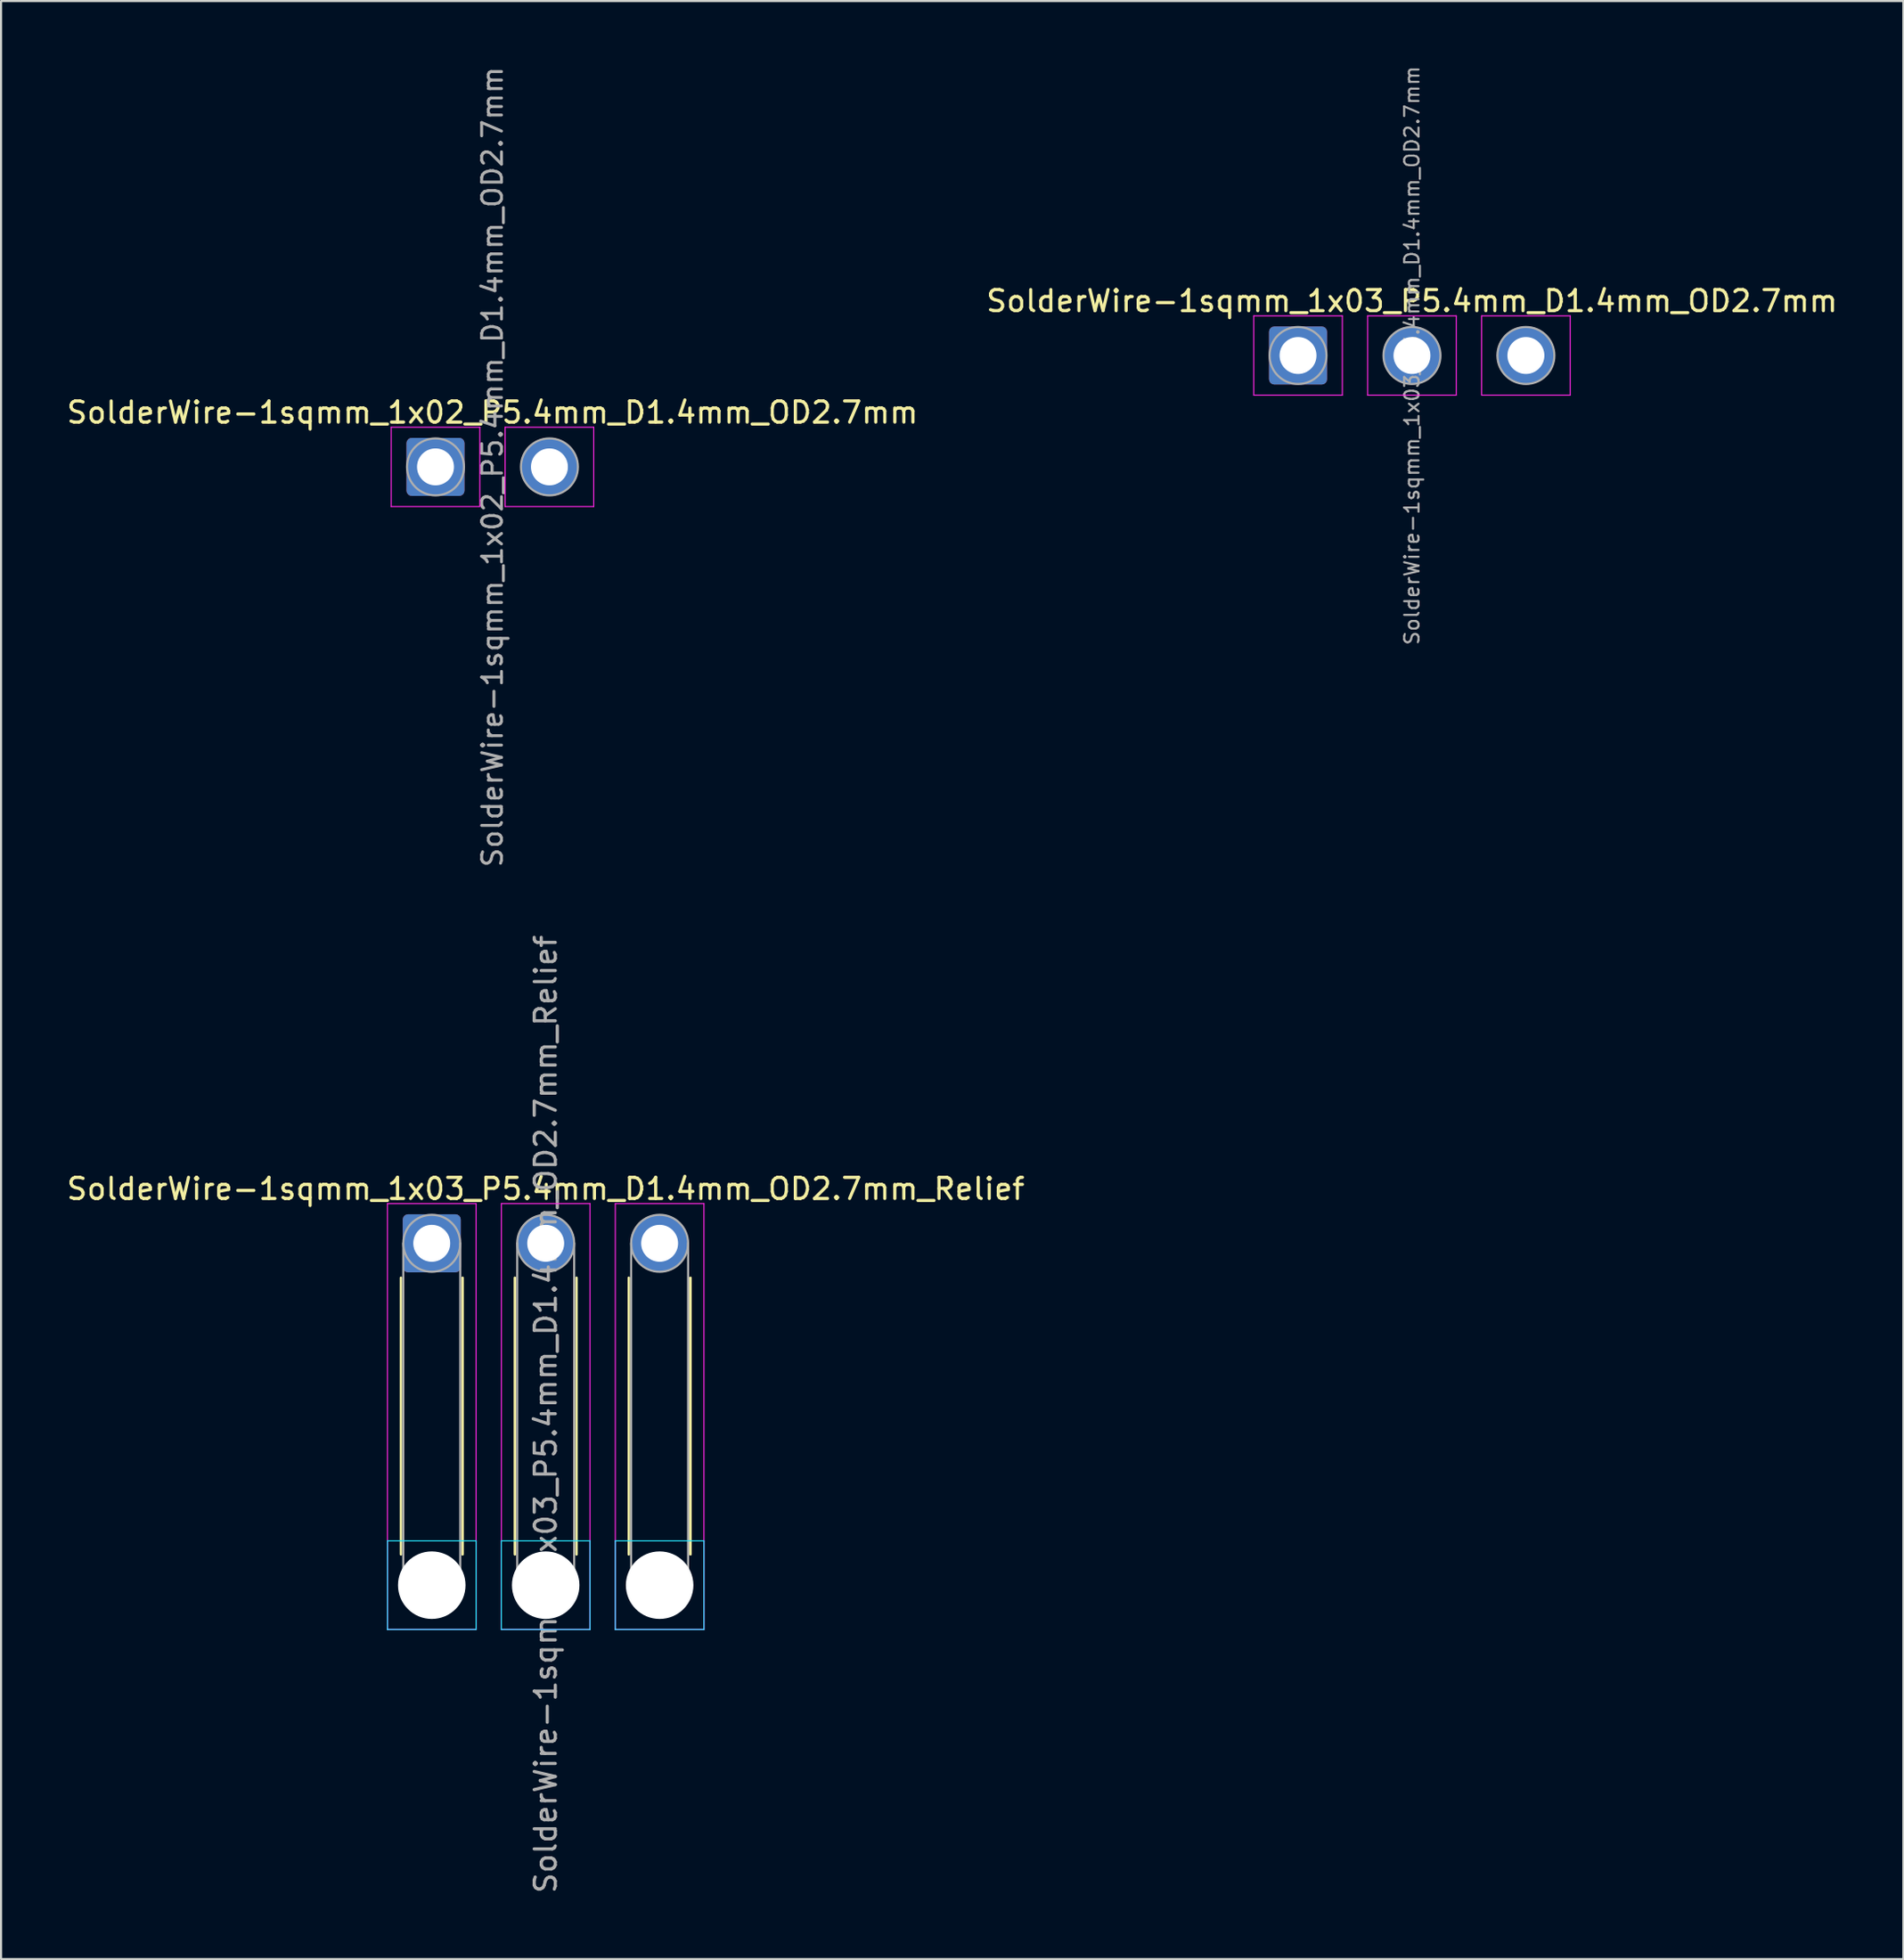
<source format=kicad_pcb>
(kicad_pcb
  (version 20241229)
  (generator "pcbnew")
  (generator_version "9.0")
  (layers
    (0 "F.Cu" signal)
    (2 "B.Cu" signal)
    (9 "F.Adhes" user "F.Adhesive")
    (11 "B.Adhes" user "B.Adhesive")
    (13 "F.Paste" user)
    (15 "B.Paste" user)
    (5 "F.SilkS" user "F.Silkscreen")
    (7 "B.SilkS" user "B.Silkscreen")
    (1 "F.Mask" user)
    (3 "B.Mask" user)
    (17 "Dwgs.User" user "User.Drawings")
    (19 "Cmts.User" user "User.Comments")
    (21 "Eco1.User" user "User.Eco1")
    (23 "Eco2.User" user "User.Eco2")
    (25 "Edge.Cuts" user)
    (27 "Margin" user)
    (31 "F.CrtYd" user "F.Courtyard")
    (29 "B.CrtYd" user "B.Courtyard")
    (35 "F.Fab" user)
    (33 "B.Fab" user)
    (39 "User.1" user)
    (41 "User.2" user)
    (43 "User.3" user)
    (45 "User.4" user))
  (footprint "SolderWire-1sqmm_1x03_P5.4mm_D1.4mm_OD2.7mm_Relief"
    (layer "F.Cu")
    (at 17.415 55.861)
    (property "Reference" "SolderWire-1sqmm_1x03_P5.4mm_D1.4mm_OD2.7mm_Relief" (at 5.4 -2.58 0) (layer "F.SilkS") (effects (font (size 1 1) (thickness 0.15))))
    (attr exclude_from_pos_files exclude_from_bom)
    (fp_line (start -1.46 1.635) (end -1.46 14.74) (stroke (width 0.12) (type solid)) (layer "F.SilkS"))
    (fp_line (start 1.46 1.635) (end 1.46 14.74) (stroke (width 0.12) (type solid)) (layer "F.SilkS"))
    (fp_line (start 3.94 1.635) (end 3.94 14.74) (stroke (width 0.12) (type solid)) (layer "F.SilkS"))
    (fp_line (start 6.86 1.635) (end 6.86 14.74) (stroke (width 0.12) (type solid)) (layer "F.SilkS"))
    (fp_line (start 9.34 1.635) (end 9.34 14.74) (stroke (width 0.12) (type solid)) (layer "F.SilkS"))
    (fp_line (start 12.26 1.635) (end 12.26 14.74) (stroke (width 0.12) (type solid)) (layer "F.SilkS"))
    (fp_line (start -2.1 14.1) (end -2.1 18.3) (stroke (width 0.05) (type solid)) (layer "B.CrtYd"))
    (fp_line (start -2.1 18.3) (end 2.1 18.3) (stroke (width 0.05) (type solid)) (layer "B.CrtYd"))
    (fp_line (start 2.1 14.1) (end -2.1 14.1) (stroke (width 0.05) (type solid)) (layer "B.CrtYd"))
    (fp_line (start 2.1 18.3) (end 2.1 14.1) (stroke (width 0.05) (type solid)) (layer "B.CrtYd"))
    (fp_line (start 3.3 14.1) (end 3.3 18.3) (stroke (width 0.05) (type solid)) (layer "B.CrtYd"))
    (fp_line (start 3.3 18.3) (end 7.5 18.3) (stroke (width 0.05) (type solid)) (layer "B.CrtYd"))
    (fp_line (start 7.5 14.1) (end 3.3 14.1) (stroke (width 0.05) (type solid)) (layer "B.CrtYd"))
    (fp_line (start 7.5 18.3) (end 7.5 14.1) (stroke (width 0.05) (type solid)) (layer "B.CrtYd"))
    (fp_line (start 8.7 14.1) (end 8.7 18.3) (stroke (width 0.05) (type solid)) (layer "B.CrtYd"))
    (fp_line (start 8.7 18.3) (end 12.9 18.3) (stroke (width 0.05) (type solid)) (layer "B.CrtYd"))
    (fp_line (start 12.9 14.1) (end 8.7 14.1) (stroke (width 0.05) (type solid)) (layer "B.CrtYd"))
    (fp_line (start 12.9 18.3) (end 12.9 14.1) (stroke (width 0.05) (type solid)) (layer "B.CrtYd"))
    (fp_line (start -2.1 -1.88) (end -2.1 18.3) (stroke (width 0.05) (type solid)) (layer "F.CrtYd"))
    (fp_line (start -2.1 18.3) (end 2.1 18.3) (stroke (width 0.05) (type solid)) (layer "F.CrtYd"))
    (fp_line (start 2.1 -1.88) (end -2.1 -1.88) (stroke (width 0.05) (type solid)) (layer "F.CrtYd"))
    (fp_line (start 2.1 18.3) (end 2.1 -1.88) (stroke (width 0.05) (type solid)) (layer "F.CrtYd"))
    (fp_line (start 3.3 -1.88) (end 3.3 18.3) (stroke (width 0.05) (type solid)) (layer "F.CrtYd"))
    (fp_line (start 3.3 18.3) (end 7.5 18.3) (stroke (width 0.05) (type solid)) (layer "F.CrtYd"))
    (fp_line (start 7.5 -1.88) (end 3.3 -1.88) (stroke (width 0.05) (type solid)) (layer "F.CrtYd"))
    (fp_line (start 7.5 18.3) (end 7.5 -1.88) (stroke (width 0.05) (type solid)) (layer "F.CrtYd"))
    (fp_line (start 8.7 -1.88) (end 8.7 18.3) (stroke (width 0.05) (type solid)) (layer "F.CrtYd"))
    (fp_line (start 8.7 18.3) (end 12.9 18.3) (stroke (width 0.05) (type solid)) (layer "F.CrtYd"))
    (fp_line (start 12.9 -1.88) (end 8.7 -1.88) (stroke (width 0.05) (type solid)) (layer "F.CrtYd"))
    (fp_line (start 12.9 18.3) (end 12.9 -1.88) (stroke (width 0.05) (type solid)) (layer "F.CrtYd"))
    (fp_line (start -1.35 0) (end -1.35 16.2) (stroke (width 0.1) (type solid)) (layer "F.Fab"))
    (fp_line (start 1.35 0) (end 1.35 16.2) (stroke (width 0.1) (type solid)) (layer "F.Fab"))
    (fp_line (start 4.05 0) (end 4.05 16.2) (stroke (width 0.1) (type solid)) (layer "F.Fab"))
    (fp_line (start 6.75 0) (end 6.75 16.2) (stroke (width 0.1) (type solid)) (layer "F.Fab"))
    (fp_line (start 9.45 0) (end 9.45 16.2) (stroke (width 0.1) (type solid)) (layer "F.Fab"))
    (fp_line (start 12.15 0) (end 12.15 16.2) (stroke (width 0.1) (type solid)) (layer "F.Fab"))
    (fp_circle (center 0 0) (end 1.35 0) (stroke (width 0.1) (type solid)) (fill no) (layer "F.Fab"))
    (fp_circle (center 0 16.2) (end 1.35 16.2) (stroke (width 0.1) (type solid)) (fill no) (layer "F.Fab"))
    (fp_circle (center 5.4 0) (end 6.75 0) (stroke (width 0.1) (type solid)) (fill no) (layer "F.Fab"))
    (fp_circle (center 5.4 16.2) (end 6.75 16.2) (stroke (width 0.1) (type solid)) (fill no) (layer "F.Fab"))
    (fp_circle (center 10.8 0) (end 12.15 0) (stroke (width 0.1) (type solid)) (fill no) (layer "F.Fab"))
    (fp_circle (center 10.8 16.2) (end 12.15 16.2) (stroke (width 0.1) (type solid)) (fill no) (layer "F.Fab"))
    (fp_text user "${REFERENCE}" (at 5.4 8.1 90) (layer "F.Fab") (effects (font (size 1 1) (thickness 0.15))))
    (pad "" np_thru_hole circle (at 0 16.2) (size 3.2 3.2) (drill 3.2) (layers "*.Cu" "*.Mask"))
    (pad "" np_thru_hole circle (at 5.4 16.2) (size 3.2 3.2) (drill 3.2) (layers "*.Cu" "*.Mask"))
    (pad "" np_thru_hole circle (at 10.8 16.2) (size 3.2 3.2) (drill 3.2) (layers "*.Cu" "*.Mask"))
    (pad "1" thru_hole roundrect (at 0 0) (size 2.75 2.75) (drill 1.75) (layers "*.Cu" "*.Mask") (roundrect_rratio 0.091))
    (pad "2" thru_hole circle (at 5.4 0) (size 2.75 2.75) (drill 1.75) (layers "*.Cu" "*.Mask"))
    (pad "3" thru_hole circle (at 10.8 0) (size 2.75 2.75) (drill 1.75) (layers "*.Cu" "*.Mask")))
  (footprint "SolderWire-1sqmm_1x03_P5.4mm_D1.4mm_OD2.7mm"
    (layer "F.Cu")
    (at 58.475 13.795)
    (property "Reference" "SolderWire-1sqmm_1x03_P5.4mm_D1.4mm_OD2.7mm" (at 5.4 -2.58 0) (layer "F.SilkS") (effects (font (size 1 1) (thickness 0.15))))
    (attr exclude_from_pos_files exclude_from_bom)
    (fp_line (start -2.1 -1.88) (end -2.1 1.88) (stroke (width 0.05) (type solid)) (layer "F.CrtYd"))
    (fp_line (start -2.1 1.88) (end 2.1 1.88) (stroke (width 0.05) (type solid)) (layer "F.CrtYd"))
    (fp_line (start 2.1 -1.88) (end -2.1 -1.88) (stroke (width 0.05) (type solid)) (layer "F.CrtYd"))
    (fp_line (start 2.1 1.88) (end 2.1 -1.88) (stroke (width 0.05) (type solid)) (layer "F.CrtYd"))
    (fp_line (start 3.3 -1.88) (end 3.3 1.88) (stroke (width 0.05) (type solid)) (layer "F.CrtYd"))
    (fp_line (start 3.3 1.88) (end 7.5 1.88) (stroke (width 0.05) (type solid)) (layer "F.CrtYd"))
    (fp_line (start 7.5 -1.88) (end 3.3 -1.88) (stroke (width 0.05) (type solid)) (layer "F.CrtYd"))
    (fp_line (start 7.5 1.88) (end 7.5 -1.88) (stroke (width 0.05) (type solid)) (layer "F.CrtYd"))
    (fp_line (start 8.7 -1.88) (end 8.7 1.88) (stroke (width 0.05) (type solid)) (layer "F.CrtYd"))
    (fp_line (start 8.7 1.88) (end 12.9 1.88) (stroke (width 0.05) (type solid)) (layer "F.CrtYd"))
    (fp_line (start 12.9 -1.88) (end 8.7 -1.88) (stroke (width 0.05) (type solid)) (layer "F.CrtYd"))
    (fp_line (start 12.9 1.88) (end 12.9 -1.88) (stroke (width 0.05) (type solid)) (layer "F.CrtYd"))
    (fp_circle (center 0 0) (end 1.35 0) (stroke (width 0.1) (type solid)) (fill no) (layer "F.Fab"))
    (fp_circle (center 5.4 0) (end 6.75 0) (stroke (width 0.1) (type solid)) (fill no) (layer "F.Fab"))
    (fp_circle (center 10.8 0) (end 12.15 0) (stroke (width 0.1) (type solid)) (fill no) (layer "F.Fab"))
    (fp_text user "${REFERENCE}" (at 5.4 0 90) (layer "F.Fab") (effects (font (size 0.68 0.68) (thickness 0.1))))
    (pad "1" thru_hole roundrect (at 0 0) (size 2.75 2.75) (drill 1.75) (layers "*.Cu" "*.Mask") (roundrect_rratio 0.091))
    (pad "2" thru_hole circle (at 5.4 0) (size 2.75 2.75) (drill 1.75) (layers "*.Cu" "*.Mask"))
    (pad "3" thru_hole circle (at 10.8 0) (size 2.75 2.75) (drill 1.75) (layers "*.Cu" "*.Mask")))
  (footprint "SolderWire-1sqmm_1x02_P5.4mm_D1.4mm_OD2.7mm"
    (layer "F.Cu")
    (at 17.592 19.073)
    (property "Reference" "SolderWire-1sqmm_1x02_P5.4mm_D1.4mm_OD2.7mm" (at 2.7 -2.58 0) (layer "F.SilkS") (effects (font (size 1 1) (thickness 0.15))))
    (attr exclude_from_pos_files exclude_from_bom)
    (fp_line (start -2.1 -1.88) (end -2.1 1.88) (stroke (width 0.05) (type solid)) (layer "F.CrtYd"))
    (fp_line (start -2.1 1.88) (end 2.1 1.88) (stroke (width 0.05) (type solid)) (layer "F.CrtYd"))
    (fp_line (start 2.1 -1.88) (end -2.1 -1.88) (stroke (width 0.05) (type solid)) (layer "F.CrtYd"))
    (fp_line (start 2.1 1.88) (end 2.1 -1.88) (stroke (width 0.05) (type solid)) (layer "F.CrtYd"))
    (fp_line (start 3.3 -1.88) (end 3.3 1.88) (stroke (width 0.05) (type solid)) (layer "F.CrtYd"))
    (fp_line (start 3.3 1.88) (end 7.5 1.88) (stroke (width 0.05) (type solid)) (layer "F.CrtYd"))
    (fp_line (start 7.5 -1.88) (end 3.3 -1.88) (stroke (width 0.05) (type solid)) (layer "F.CrtYd"))
    (fp_line (start 7.5 1.88) (end 7.5 -1.88) (stroke (width 0.05) (type solid)) (layer "F.CrtYd"))
    (fp_circle (center 0 0) (end 1.35 0) (stroke (width 0.1) (type solid)) (fill no) (layer "F.Fab"))
    (fp_circle (center 5.4 0) (end 6.75 0) (stroke (width 0.1) (type solid)) (fill no) (layer "F.Fab"))
    (fp_text user "${REFERENCE}" (at 2.7 0 90) (layer "F.Fab") (effects (font (size 0.94 0.94) (thickness 0.14))))
    (pad "1" thru_hole roundrect (at 0 0) (size 2.75 2.75) (drill 1.75) (layers "*.Cu" "*.Mask") (roundrect_rratio 0.091))
    (pad "2" thru_hole circle (at 5.4 0) (size 2.75 2.75) (drill 1.75) (layers "*.Cu" "*.Mask")))
  (gr_rect
    (start -3 -3)
    (end 87.167 89.776)
    (stroke (width 0.1) (type default))
    (fill no)
    (layer "Edge.Cuts")))
</source>
